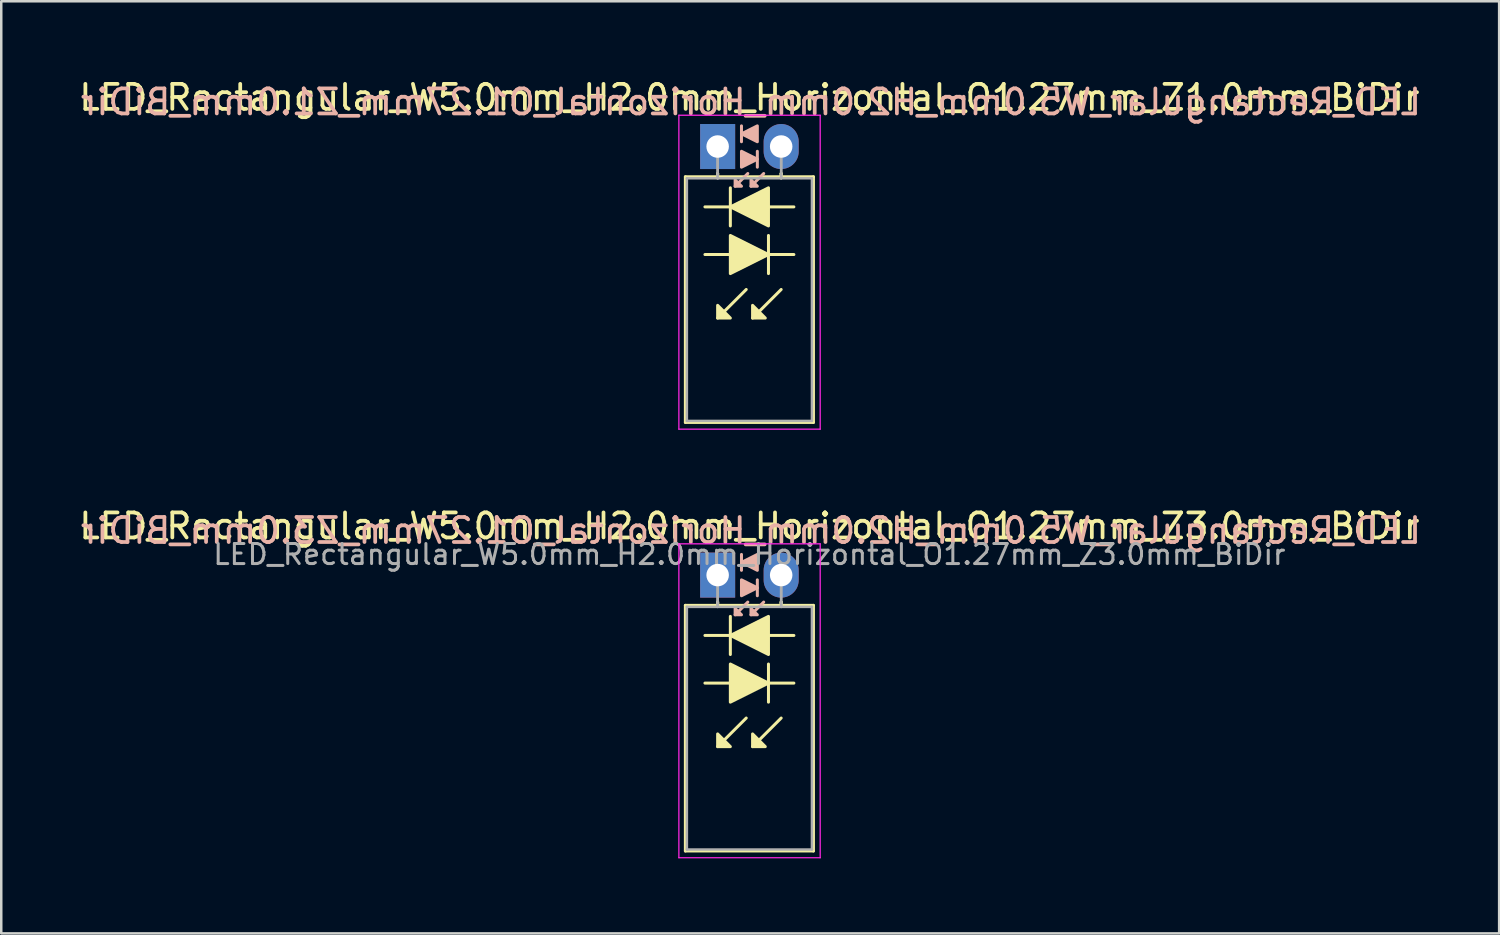
<source format=kicad_pcb>
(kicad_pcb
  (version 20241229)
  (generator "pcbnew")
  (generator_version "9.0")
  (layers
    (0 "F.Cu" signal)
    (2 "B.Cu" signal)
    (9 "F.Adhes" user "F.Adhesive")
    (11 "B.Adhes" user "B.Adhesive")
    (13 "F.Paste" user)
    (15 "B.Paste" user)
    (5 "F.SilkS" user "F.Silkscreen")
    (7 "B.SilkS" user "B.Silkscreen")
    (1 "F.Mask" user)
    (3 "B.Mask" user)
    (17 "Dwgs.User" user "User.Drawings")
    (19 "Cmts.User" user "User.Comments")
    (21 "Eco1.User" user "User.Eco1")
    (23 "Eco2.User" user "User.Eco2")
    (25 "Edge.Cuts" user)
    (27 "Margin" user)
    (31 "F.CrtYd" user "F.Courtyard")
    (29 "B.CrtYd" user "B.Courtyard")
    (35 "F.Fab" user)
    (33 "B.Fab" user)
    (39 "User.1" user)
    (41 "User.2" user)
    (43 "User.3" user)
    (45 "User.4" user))
  (footprint "LED_Rectangular_W5.0mm_H2.0mm_Horizontal_O1.27mm_Z3.0mm_BiDir"
    (layer "F.Cu")
    (at 25.641 19.942)
    (property "Reference" "LED_Rectangular_W5.0mm_H2.0mm_Horizontal_O1.27mm_Z3.0mm_BiDir" (at 1.27 -1.96 0) (layer "F.SilkS") (effects (font (size 1 1) (thickness 0.15))))
    (fp_line (start -1.29 1.21) (end -1.29 11.03) (stroke (width 0.12) (type solid)) (layer "F.SilkS"))
    (fp_line (start -1.29 11.03) (end 3.83 11.03) (stroke (width 0.12) (type solid)) (layer "F.SilkS"))
    (fp_line (start -0.508 4.318) (end 0.508 4.318) (stroke (width 0.12) (type solid)) (layer "F.SilkS"))
    (fp_line (start 0 1.08) (end 0 1.08) (stroke (width 0.12) (type solid)) (layer "F.SilkS"))
    (fp_line (start 0 1.08) (end 0 1.21) (stroke (width 0.12) (type solid)) (layer "F.SilkS"))
    (fp_line (start 0 1.21) (end 0 1.08) (stroke (width 0.12) (type solid)) (layer "F.SilkS"))
    (fp_line (start 0 1.21) (end 0 1.21) (stroke (width 0.12) (type solid)) (layer "F.SilkS"))
    (fp_line (start 0.508 1.651) (end 0.508 3.175) (stroke (width 0.12) (type solid)) (layer "F.SilkS"))
    (fp_line (start 0.508 2.413) (end -0.508 2.413) (stroke (width 0.12) (type solid)) (layer "F.SilkS"))
    (fp_line (start 1.143 5.715) (end 0 6.858) (stroke (width 0.12) (type solid)) (layer "F.SilkS"))
    (fp_line (start 2.032 4.318) (end 3.048 4.318) (stroke (width 0.12) (type solid)) (layer "F.SilkS"))
    (fp_line (start 2.032 5.08) (end 2.032 3.556) (stroke (width 0.12) (type solid)) (layer "F.SilkS"))
    (fp_line (start 2.54 1.08) (end 2.54 1.08) (stroke (width 0.12) (type solid)) (layer "F.SilkS"))
    (fp_line (start 2.54 1.08) (end 2.54 1.21) (stroke (width 0.12) (type solid)) (layer "F.SilkS"))
    (fp_line (start 2.54 1.21) (end 2.54 1.08) (stroke (width 0.12) (type solid)) (layer "F.SilkS"))
    (fp_line (start 2.54 1.21) (end 2.54 1.21) (stroke (width 0.12) (type solid)) (layer "F.SilkS"))
    (fp_line (start 2.54 5.715) (end 1.397 6.858) (stroke (width 0.12) (type solid)) (layer "F.SilkS"))
    (fp_line (start 3.048 2.413) (end 2.032 2.413) (stroke (width 0.12) (type solid)) (layer "F.SilkS"))
    (fp_line (start 3.83 1.21) (end -1.29 1.21) (stroke (width 0.12) (type solid)) (layer "F.SilkS"))
    (fp_line (start 3.83 11.03) (end 3.83 1.21) (stroke (width 0.12) (type solid)) (layer "F.SilkS"))
    (fp_poly (pts (xy 0 6.35) (xy 0.508 6.858) (xy 0 6.858)) (stroke (width 0.12) (type solid)) (fill yes) (layer "F.SilkS"))
    (fp_poly (pts (xy 0.508 3.556) (xy 2.032 4.318) (xy 0.508 5.08)) (stroke (width 0.12) (type solid)) (fill yes) (layer "F.SilkS"))
    (fp_poly (pts (xy 1.397 6.35) (xy 1.905 6.858) (xy 1.397 6.858)) (stroke (width 0.12) (type solid)) (fill yes) (layer "F.SilkS"))
    (fp_poly (pts (xy 2.032 3.175) (xy 0.508 2.413) (xy 2.032 1.651)) (stroke (width 0.12) (type solid)) (fill yes) (layer "F.SilkS"))
    (fp_line (start 0.953 -0.826) (end 0.953 -0.191) (stroke (width 0.12) (type solid)) (layer "B.SilkS"))
    (fp_line (start 1.206 1.079) (end 0.699 1.587) (stroke (width 0.12) (type solid)) (layer "B.SilkS"))
    (fp_line (start 1.587 0.826) (end 1.587 0.191) (stroke (width 0.12) (type solid)) (layer "B.SilkS"))
    (fp_line (start 1.841 1.079) (end 1.333 1.587) (stroke (width 0.12) (type solid)) (layer "B.SilkS"))
    (fp_poly (pts (xy 0.699 1.333) (xy 0.953 1.587) (xy 0.699 1.587)) (stroke (width 0.12) (type solid)) (fill yes) (layer "B.SilkS"))
    (fp_poly (pts (xy 0.953 0.191) (xy 1.587 0.508) (xy 0.953 0.826)) (stroke (width 0.12) (type solid)) (fill yes) (layer "B.SilkS"))
    (fp_poly (pts (xy 1.333 1.333) (xy 1.587 1.587) (xy 1.333 1.587)) (stroke (width 0.12) (type solid)) (fill yes) (layer "B.SilkS"))
    (fp_poly (pts (xy 1.587 -0.191) (xy 0.953 -0.508) (xy 1.587 -0.826)) (stroke (width 0.12) (type solid)) (fill yes) (layer "B.SilkS"))
    (fp_line (start -1.55 -1.25) (end -1.55 11.3) (stroke (width 0.05) (type solid)) (layer "F.CrtYd"))
    (fp_line (start -1.55 11.3) (end 4.1 11.3) (stroke (width 0.05) (type solid)) (layer "F.CrtYd"))
    (fp_line (start 4.1 -1.25) (end -1.55 -1.25) (stroke (width 0.05) (type solid)) (layer "F.CrtYd"))
    (fp_line (start 4.1 11.3) (end 4.1 -1.25) (stroke (width 0.05) (type solid)) (layer "F.CrtYd"))
    (fp_line (start -1.23 1.27) (end -1.23 10.97) (stroke (width 0.1) (type solid)) (layer "F.Fab"))
    (fp_line (start -1.23 10.97) (end 3.77 10.97) (stroke (width 0.1) (type solid)) (layer "F.Fab"))
    (fp_line (start 0 0) (end 0 0) (stroke (width 0.1) (type solid)) (layer "F.Fab"))
    (fp_line (start 0 0) (end 0 1.27) (stroke (width 0.1) (type solid)) (layer "F.Fab"))
    (fp_line (start 0 1.27) (end 0 0) (stroke (width 0.1) (type solid)) (layer "F.Fab"))
    (fp_line (start 0 1.27) (end 0 1.27) (stroke (width 0.1) (type solid)) (layer "F.Fab"))
    (fp_line (start 2.54 0) (end 2.54 0) (stroke (width 0.1) (type solid)) (layer "F.Fab"))
    (fp_line (start 2.54 0) (end 2.54 1.27) (stroke (width 0.1) (type solid)) (layer "F.Fab"))
    (fp_line (start 2.54 1.27) (end 2.54 0) (stroke (width 0.1) (type solid)) (layer "F.Fab"))
    (fp_line (start 2.54 1.27) (end 2.54 1.27) (stroke (width 0.1) (type solid)) (layer "F.Fab"))
    (fp_line (start 3.77 1.27) (end -1.23 1.27) (stroke (width 0.1) (type solid)) (layer "F.Fab"))
    (fp_line (start 3.77 10.97) (end 3.77 1.27) (stroke (width 0.1) (type solid)) (layer "F.Fab"))
    (fp_text user "${REFERENCE}" (at 1.333 -1.778 0) (layer "B.SilkS") (effects (font (size 1 1) (thickness 0.15)) (justify mirror)))
    (fp_text user "${REFERENCE}" (at 1.27 -0.826 0) (layer "F.Fab") (effects (font (size 0.8 0.8) (thickness 0.12))))
    (pad "1" thru_hole rect (at 0 0) (size 1.4 1.8) (drill 0.9) (layers "*.Cu" "*.Mask"))
    (pad "2" thru_hole oval (at 2.54 0) (size 1.4 1.8) (drill 0.9) (layers "*.Cu" "*.Mask")))
  (footprint "LED_Rectangular_W5.0mm_H2.0mm_Horizontal_O1.27mm_Z1.0mm_BiDir"
    (layer "F.Cu")
    (at 25.641 2.808)
    (property "Reference" "LED_Rectangular_W5.0mm_H2.0mm_Horizontal_O1.27mm_Z1.0mm_BiDir" (at 1.27 -1.96 0) (layer "F.SilkS") (effects (font (size 1 1) (thickness 0.15))))
    (fp_line (start -1.29 1.21) (end -1.29 11.03) (stroke (width 0.12) (type solid)) (layer "F.SilkS"))
    (fp_line (start -1.29 11.03) (end 3.83 11.03) (stroke (width 0.12) (type solid)) (layer "F.SilkS"))
    (fp_line (start -0.508 4.318) (end 0.508 4.318) (stroke (width 0.12) (type solid)) (layer "F.SilkS"))
    (fp_line (start 0 1.08) (end 0 1.08) (stroke (width 0.12) (type solid)) (layer "F.SilkS"))
    (fp_line (start 0 1.08) (end 0 1.21) (stroke (width 0.12) (type solid)) (layer "F.SilkS"))
    (fp_line (start 0 1.21) (end 0 1.08) (stroke (width 0.12) (type solid)) (layer "F.SilkS"))
    (fp_line (start 0 1.21) (end 0 1.21) (stroke (width 0.12) (type solid)) (layer "F.SilkS"))
    (fp_line (start 0.508 1.651) (end 0.508 3.175) (stroke (width 0.12) (type solid)) (layer "F.SilkS"))
    (fp_line (start 0.508 2.413) (end -0.508 2.413) (stroke (width 0.12) (type solid)) (layer "F.SilkS"))
    (fp_line (start 1.143 5.715) (end 0 6.858) (stroke (width 0.12) (type solid)) (layer "F.SilkS"))
    (fp_line (start 2.032 4.318) (end 3.048 4.318) (stroke (width 0.12) (type solid)) (layer "F.SilkS"))
    (fp_line (start 2.032 5.08) (end 2.032 3.556) (stroke (width 0.12) (type solid)) (layer "F.SilkS"))
    (fp_line (start 2.54 1.08) (end 2.54 1.08) (stroke (width 0.12) (type solid)) (layer "F.SilkS"))
    (fp_line (start 2.54 1.08) (end 2.54 1.21) (stroke (width 0.12) (type solid)) (layer "F.SilkS"))
    (fp_line (start 2.54 1.21) (end 2.54 1.08) (stroke (width 0.12) (type solid)) (layer "F.SilkS"))
    (fp_line (start 2.54 1.21) (end 2.54 1.21) (stroke (width 0.12) (type solid)) (layer "F.SilkS"))
    (fp_line (start 2.54 5.715) (end 1.397 6.858) (stroke (width 0.12) (type solid)) (layer "F.SilkS"))
    (fp_line (start 3.048 2.413) (end 2.032 2.413) (stroke (width 0.12) (type solid)) (layer "F.SilkS"))
    (fp_line (start 3.83 1.21) (end -1.29 1.21) (stroke (width 0.12) (type solid)) (layer "F.SilkS"))
    (fp_line (start 3.83 11.03) (end 3.83 1.21) (stroke (width 0.12) (type solid)) (layer "F.SilkS"))
    (fp_poly (pts (xy 0 6.35) (xy 0.508 6.858) (xy 0 6.858)) (stroke (width 0.12) (type solid)) (fill yes) (layer "F.SilkS"))
    (fp_poly (pts (xy 0.508 3.556) (xy 2.032 4.318) (xy 0.508 5.08)) (stroke (width 0.12) (type solid)) (fill yes) (layer "F.SilkS"))
    (fp_poly (pts (xy 1.397 6.35) (xy 1.905 6.858) (xy 1.397 6.858)) (stroke (width 0.12) (type solid)) (fill yes) (layer "F.SilkS"))
    (fp_poly (pts (xy 2.032 3.175) (xy 0.508 2.413) (xy 2.032 1.651)) (stroke (width 0.12) (type solid)) (fill yes) (layer "F.SilkS"))
    (fp_line (start 0.953 -0.826) (end 0.953 -0.191) (stroke (width 0.12) (type solid)) (layer "B.SilkS"))
    (fp_line (start 1.206 1.079) (end 0.699 1.587) (stroke (width 0.12) (type solid)) (layer "B.SilkS"))
    (fp_line (start 1.587 0.826) (end 1.587 0.191) (stroke (width 0.12) (type solid)) (layer "B.SilkS"))
    (fp_line (start 1.841 1.079) (end 1.333 1.587) (stroke (width 0.12) (type solid)) (layer "B.SilkS"))
    (fp_poly (pts (xy 0.699 1.333) (xy 0.953 1.587) (xy 0.699 1.587)) (stroke (width 0.12) (type solid)) (fill yes) (layer "B.SilkS"))
    (fp_poly (pts (xy 0.953 0.191) (xy 1.587 0.508) (xy 0.953 0.826)) (stroke (width 0.12) (type solid)) (fill yes) (layer "B.SilkS"))
    (fp_poly (pts (xy 1.333 1.333) (xy 1.587 1.587) (xy 1.333 1.587)) (stroke (width 0.12) (type solid)) (fill yes) (layer "B.SilkS"))
    (fp_poly (pts (xy 1.587 -0.191) (xy 0.953 -0.508) (xy 1.587 -0.826)) (stroke (width 0.12) (type solid)) (fill yes) (layer "B.SilkS"))
    (fp_line (start -1.55 -1.25) (end -1.55 11.3) (stroke (width 0.05) (type solid)) (layer "F.CrtYd"))
    (fp_line (start -1.55 11.3) (end 4.1 11.3) (stroke (width 0.05) (type solid)) (layer "F.CrtYd"))
    (fp_line (start 4.1 -1.25) (end -1.55 -1.25) (stroke (width 0.05) (type solid)) (layer "F.CrtYd"))
    (fp_line (start 4.1 11.3) (end 4.1 -1.25) (stroke (width 0.05) (type solid)) (layer "F.CrtYd"))
    (fp_line (start -1.23 1.27) (end -1.23 10.97) (stroke (width 0.1) (type solid)) (layer "F.Fab"))
    (fp_line (start -1.23 10.97) (end 3.77 10.97) (stroke (width 0.1) (type solid)) (layer "F.Fab"))
    (fp_line (start 0 0) (end 0 0) (stroke (width 0.1) (type solid)) (layer "F.Fab"))
    (fp_line (start 0 0) (end 0 1.27) (stroke (width 0.1) (type solid)) (layer "F.Fab"))
    (fp_line (start 0 1.27) (end 0 0) (stroke (width 0.1) (type solid)) (layer "F.Fab"))
    (fp_line (start 0 1.27) (end 0 1.27) (stroke (width 0.1) (type solid)) (layer "F.Fab"))
    (fp_line (start 2.54 0) (end 2.54 0) (stroke (width 0.1) (type solid)) (layer "F.Fab"))
    (fp_line (start 2.54 0) (end 2.54 1.27) (stroke (width 0.1) (type solid)) (layer "F.Fab"))
    (fp_line (start 2.54 1.27) (end 2.54 0) (stroke (width 0.1) (type solid)) (layer "F.Fab"))
    (fp_line (start 2.54 1.27) (end 2.54 1.27) (stroke (width 0.1) (type solid)) (layer "F.Fab"))
    (fp_line (start 3.77 1.27) (end -1.23 1.27) (stroke (width 0.1) (type solid)) (layer "F.Fab"))
    (fp_line (start 3.77 10.97) (end 3.77 1.27) (stroke (width 0.1) (type solid)) (layer "F.Fab"))
    (fp_text user "${REFERENCE}" (at 1.333 -1.778 0) (layer "B.SilkS") (effects (font (size 1 1) (thickness 0.15)) (justify mirror)))
    (pad "1" thru_hole rect (at 0 0) (size 1.4 1.8) (drill 0.9) (layers "*.Cu" "*.Mask"))
    (pad "2" thru_hole oval (at 2.54 0) (size 1.4 1.8) (drill 0.9) (layers "*.Cu" "*.Mask")))
  (gr_rect
    (start -3 -3)
    (end 56.885 34.267)
    (stroke (width 0.1) (type default))
    (fill no)
    (layer "Edge.Cuts")))
</source>
